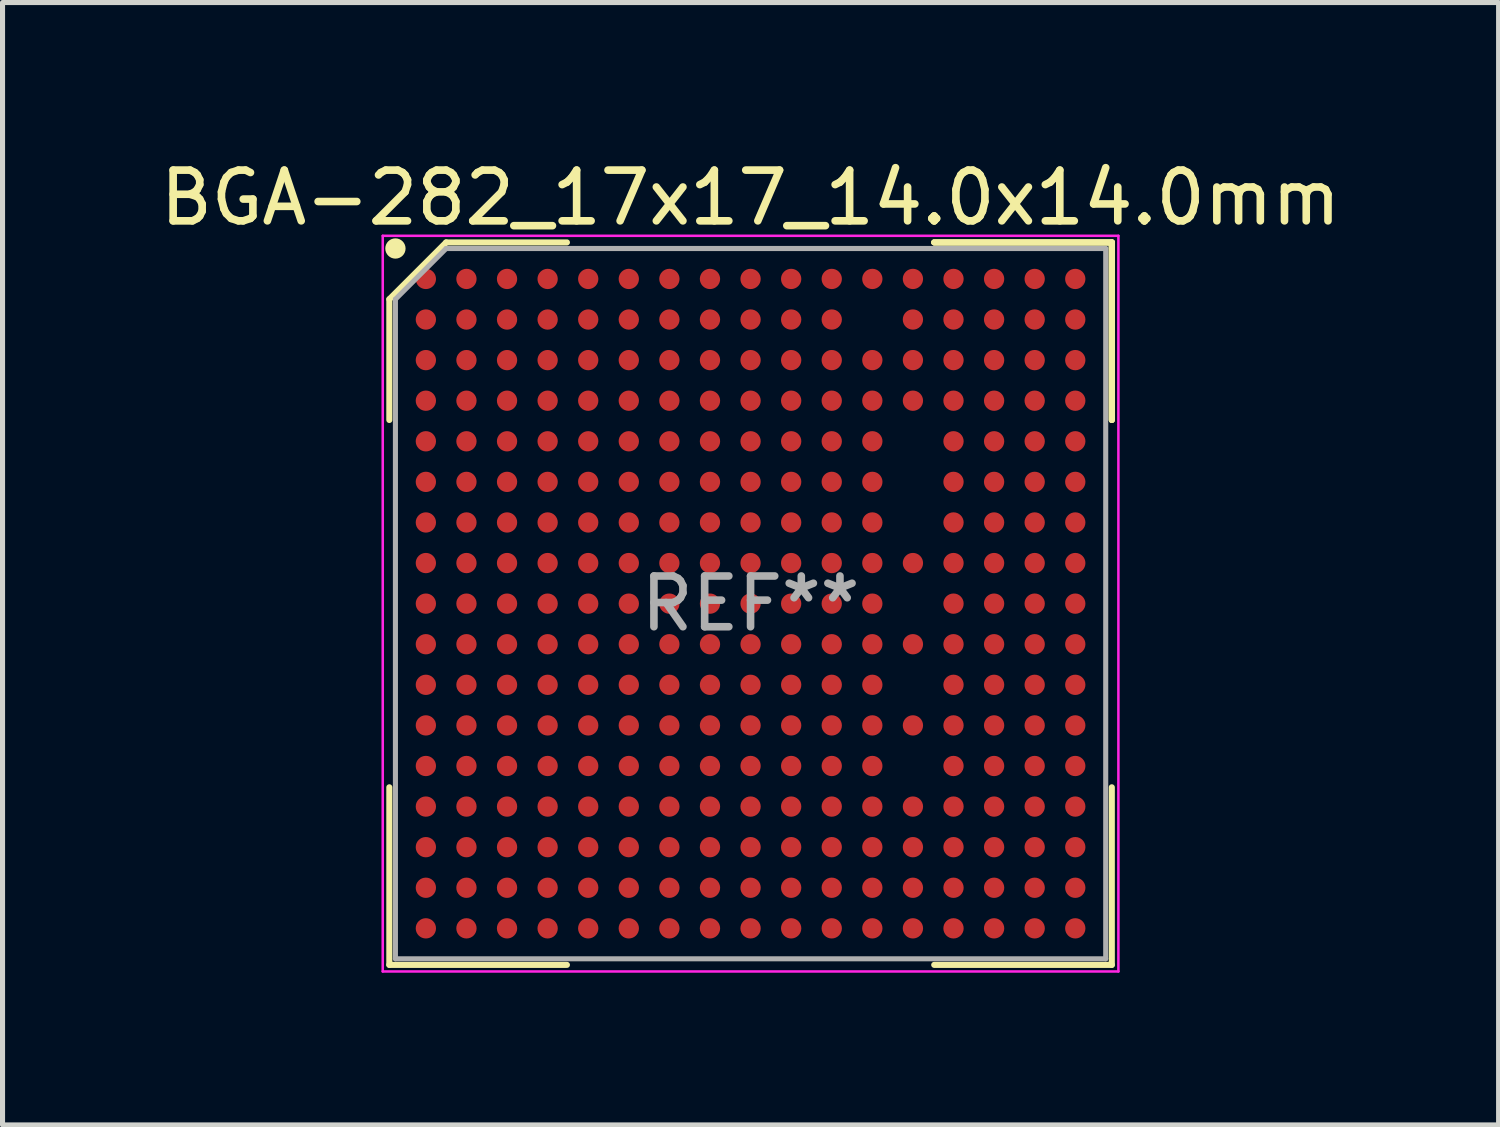
<source format=kicad_pcb>
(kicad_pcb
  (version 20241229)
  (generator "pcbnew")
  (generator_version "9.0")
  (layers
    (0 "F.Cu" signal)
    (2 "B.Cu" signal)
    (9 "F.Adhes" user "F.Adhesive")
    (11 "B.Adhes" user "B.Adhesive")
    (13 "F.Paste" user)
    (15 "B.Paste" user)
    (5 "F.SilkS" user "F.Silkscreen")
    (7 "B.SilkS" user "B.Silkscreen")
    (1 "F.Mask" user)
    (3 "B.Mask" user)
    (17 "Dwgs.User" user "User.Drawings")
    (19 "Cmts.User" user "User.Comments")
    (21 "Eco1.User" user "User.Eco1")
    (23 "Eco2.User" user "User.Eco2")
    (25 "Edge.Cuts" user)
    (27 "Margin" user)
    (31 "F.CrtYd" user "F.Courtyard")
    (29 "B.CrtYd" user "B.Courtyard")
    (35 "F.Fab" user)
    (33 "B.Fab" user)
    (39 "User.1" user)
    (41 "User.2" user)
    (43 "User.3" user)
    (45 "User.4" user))
  (footprint "BGA-282_17x17_14.0x14.0mm"
    (layer "F.Cu")
    (at 11.744 8.848)
    (property "Reference" "BGA-282_17x17_14.0x14.0mm" (at 0 -8 0) (layer "F.SilkS") (effects (font (size 1 1) (thickness 0.15))))
    (attr through_hole)
    (fp_line (start -7.12 -6) (end -7.12 -3.62) (stroke (width 0.12) (type solid)) (layer "F.SilkS"))
    (fp_line (start -7.12 7.12) (end -7.12 3.62) (stroke (width 0.12) (type solid)) (layer "F.SilkS"))
    (fp_line (start -6 -7.12) (end -7.12 -6) (stroke (width 0.12) (type solid)) (layer "F.SilkS"))
    (fp_line (start -3.62 -7.12) (end -6 -7.12) (stroke (width 0.12) (type solid)) (layer "F.SilkS"))
    (fp_line (start -3.62 7.12) (end -7.12 7.12) (stroke (width 0.12) (type solid)) (layer "F.SilkS"))
    (fp_line (start 3.62 -7.12) (end 7.12 -7.12) (stroke (width 0.12) (type solid)) (layer "F.SilkS"))
    (fp_line (start 3.62 -7.12) (end 7.12 -7.12) (stroke (width 0.12) (type solid)) (layer "F.SilkS"))
    (fp_line (start 3.62 -7.12) (end 7.12 -7.12) (stroke (width 0.12) (type solid)) (layer "F.SilkS"))
    (fp_line (start 3.62 7.12) (end 7.12 7.12) (stroke (width 0.12) (type solid)) (layer "F.SilkS"))
    (fp_line (start 7.12 -7.12) (end 7.12 -3.62) (stroke (width 0.12) (type solid)) (layer "F.SilkS"))
    (fp_line (start 7.12 -7.12) (end 7.12 -3.62) (stroke (width 0.12) (type solid)) (layer "F.SilkS"))
    (fp_line (start 7.12 -7.12) (end 7.12 -3.62) (stroke (width 0.12) (type solid)) (layer "F.SilkS"))
    (fp_line (start 7.12 7.12) (end 7.12 3.62) (stroke (width 0.12) (type solid)) (layer "F.SilkS"))
    (fp_circle (center -7 -7) (end -7 -6.9) (stroke (width 0.2) (type solid)) (fill no) (layer "F.SilkS"))
    (fp_line (start -7.25 -7.25) (end 7.25 -7.25) (stroke (width 0.05) (type solid)) (layer "F.CrtYd"))
    (fp_line (start -7.25 7.25) (end -7.25 -7.25) (stroke (width 0.05) (type solid)) (layer "F.CrtYd"))
    (fp_line (start 7.25 -7.25) (end 7.25 7.25) (stroke (width 0.05) (type solid)) (layer "F.CrtYd"))
    (fp_line (start 7.25 7.25) (end -7.25 7.25) (stroke (width 0.05) (type solid)) (layer "F.CrtYd"))
    (fp_line (start -7 -6) (end -7 7) (stroke (width 0.1) (type solid)) (layer "F.Fab"))
    (fp_line (start -7 7) (end 7 7) (stroke (width 0.1) (type solid)) (layer "F.Fab"))
    (fp_line (start -6 -7) (end -7 -6) (stroke (width 0.1) (type solid)) (layer "F.Fab"))
    (fp_line (start 7 -7) (end -6 -7) (stroke (width 0.1) (type solid)) (layer "F.Fab"))
    (fp_line (start 7 7) (end 7 -7) (stroke (width 0.1) (type solid)) (layer "F.Fab"))
    (fp_text user "REF**" (at 0 0 0) (unlocked yes) (layer "F.Fab") (effects (font (size 1 1) (thickness 0.15))))
    (pad "A1" smd circle (at -6.4 -6.4) (size 0.4 0.4) (layers "F.Cu" "F.Mask" "F.Paste"))
    (pad "A2" smd circle (at -5.6 -6.4) (size 0.4 0.4) (layers "F.Cu" "F.Mask" "F.Paste"))
    (pad "A3" smd circle (at -4.8 -6.4) (size 0.4 0.4) (layers "F.Cu" "F.Mask" "F.Paste"))
    (pad "A4" smd circle (at -4 -6.4) (size 0.4 0.4) (layers "F.Cu" "F.Mask" "F.Paste"))
    (pad "A5" smd circle (at -3.2 -6.4) (size 0.4 0.4) (layers "F.Cu" "F.Mask" "F.Paste"))
    (pad "A6" smd circle (at -2.4 -6.4) (size 0.4 0.4) (layers "F.Cu" "F.Mask" "F.Paste"))
    (pad "A7" smd circle (at -1.6 -6.4) (size 0.4 0.4) (layers "F.Cu" "F.Mask" "F.Paste"))
    (pad "A8" smd circle (at -0.8 -6.4) (size 0.4 0.4) (layers "F.Cu" "F.Mask" "F.Paste"))
    (pad "A9" smd circle (at 0 -6.4) (size 0.4 0.4) (layers "F.Cu" "F.Mask" "F.Paste"))
    (pad "A10" smd circle (at 0.8 -6.4) (size 0.4 0.4) (layers "F.Cu" "F.Mask" "F.Paste"))
    (pad "A11" smd circle (at 1.6 -6.4) (size 0.4 0.4) (layers "F.Cu" "F.Mask" "F.Paste"))
    (pad "A12" smd circle (at 2.4 -6.4) (size 0.4 0.4) (layers "F.Cu" "F.Mask" "F.Paste"))
    (pad "A13" smd circle (at 3.2 -6.4) (size 0.4 0.4) (layers "F.Cu" "F.Mask" "F.Paste"))
    (pad "A14" smd circle (at 4 -6.4) (size 0.4 0.4) (layers "F.Cu" "F.Mask" "F.Paste"))
    (pad "A15" smd circle (at 4.8 -6.4) (size 0.4 0.4) (layers "F.Cu" "F.Mask" "F.Paste"))
    (pad "A16" smd circle (at 5.6 -6.4) (size 0.4 0.4) (layers "F.Cu" "F.Mask" "F.Paste"))
    (pad "A17" smd circle (at 6.4 -6.4) (size 0.4 0.4) (layers "F.Cu" "F.Mask" "F.Paste"))
    (pad "B1" smd circle (at -6.4 -5.6) (size 0.4 0.4) (layers "F.Cu" "F.Mask" "F.Paste"))
    (pad "B2" smd circle (at -5.6 -5.6) (size 0.4 0.4) (layers "F.Cu" "F.Mask" "F.Paste"))
    (pad "B3" smd circle (at -4.8 -5.6) (size 0.4 0.4) (layers "F.Cu" "F.Mask" "F.Paste"))
    (pad "B4" smd circle (at -4 -5.6) (size 0.4 0.4) (layers "F.Cu" "F.Mask" "F.Paste"))
    (pad "B5" smd circle (at -3.2 -5.6) (size 0.4 0.4) (layers "F.Cu" "F.Mask" "F.Paste"))
    (pad "B6" smd circle (at -2.4 -5.6) (size 0.4 0.4) (layers "F.Cu" "F.Mask" "F.Paste"))
    (pad "B7" smd circle (at -1.6 -5.6) (size 0.4 0.4) (layers "F.Cu" "F.Mask" "F.Paste"))
    (pad "B8" smd circle (at -0.8 -5.6) (size 0.4 0.4) (layers "F.Cu" "F.Mask" "F.Paste"))
    (pad "B9" smd circle (at 0 -5.6) (size 0.4 0.4) (layers "F.Cu" "F.Mask" "F.Paste"))
    (pad "B10" smd circle (at 0.8 -5.6) (size 0.4 0.4) (layers "F.Cu" "F.Mask" "F.Paste"))
    (pad "B11" smd circle (at 1.6 -5.6) (size 0.4 0.4) (layers "F.Cu" "F.Mask" "F.Paste"))
    (pad "B13" smd circle (at 3.2 -5.6) (size 0.4 0.4) (layers "F.Cu" "F.Mask" "F.Paste"))
    (pad "B14" smd circle (at 4 -5.6) (size 0.4 0.4) (layers "F.Cu" "F.Mask" "F.Paste"))
    (pad "B15" smd circle (at 4.8 -5.6) (size 0.4 0.4) (layers "F.Cu" "F.Mask" "F.Paste"))
    (pad "B16" smd circle (at 5.6 -5.6) (size 0.4 0.4) (layers "F.Cu" "F.Mask" "F.Paste"))
    (pad "B17" smd circle (at 6.4 -5.6) (size 0.4 0.4) (layers "F.Cu" "F.Mask" "F.Paste"))
    (pad "C1" smd circle (at -6.4 -4.8) (size 0.4 0.4) (layers "F.Cu" "F.Mask" "F.Paste"))
    (pad "C2" smd circle (at -5.6 -4.8) (size 0.4 0.4) (layers "F.Cu" "F.Mask" "F.Paste"))
    (pad "C3" smd circle (at -4.8 -4.8) (size 0.4 0.4) (layers "F.Cu" "F.Mask" "F.Paste"))
    (pad "C4" smd circle (at -4 -4.8) (size 0.4 0.4) (layers "F.Cu" "F.Mask" "F.Paste"))
    (pad "C5" smd circle (at -3.2 -4.8) (size 0.4 0.4) (layers "F.Cu" "F.Mask" "F.Paste"))
    (pad "C6" smd circle (at -2.4 -4.8) (size 0.4 0.4) (layers "F.Cu" "F.Mask" "F.Paste"))
    (pad "C7" smd circle (at -1.6 -4.8) (size 0.4 0.4) (layers "F.Cu" "F.Mask" "F.Paste"))
    (pad "C8" smd circle (at -0.8 -4.8) (size 0.4 0.4) (layers "F.Cu" "F.Mask" "F.Paste"))
    (pad "C9" smd circle (at 0 -4.8) (size 0.4 0.4) (layers "F.Cu" "F.Mask" "F.Paste"))
    (pad "C10" smd circle (at 0.8 -4.8) (size 0.4 0.4) (layers "F.Cu" "F.Mask" "F.Paste"))
    (pad "C11" smd circle (at 1.6 -4.8) (size 0.4 0.4) (layers "F.Cu" "F.Mask" "F.Paste"))
    (pad "C12" smd circle (at 2.4 -4.8) (size 0.4 0.4) (layers "F.Cu" "F.Mask" "F.Paste"))
    (pad "C13" smd circle (at 3.2 -4.8) (size 0.4 0.4) (layers "F.Cu" "F.Mask" "F.Paste"))
    (pad "C14" smd circle (at 4 -4.8) (size 0.4 0.4) (layers "F.Cu" "F.Mask" "F.Paste"))
    (pad "C15" smd circle (at 4.8 -4.8) (size 0.4 0.4) (layers "F.Cu" "F.Mask" "F.Paste"))
    (pad "C16" smd circle (at 5.6 -4.8) (size 0.4 0.4) (layers "F.Cu" "F.Mask" "F.Paste"))
    (pad "C17" smd circle (at 6.4 -4.8) (size 0.4 0.4) (layers "F.Cu" "F.Mask" "F.Paste"))
    (pad "D1" smd circle (at -6.4 -4) (size 0.4 0.4) (layers "F.Cu" "F.Mask" "F.Paste"))
    (pad "D2" smd circle (at -5.6 -4) (size 0.4 0.4) (layers "F.Cu" "F.Mask" "F.Paste"))
    (pad "D3" smd circle (at -4.8 -4) (size 0.4 0.4) (layers "F.Cu" "F.Mask" "F.Paste"))
    (pad "D4" smd circle (at -4 -4) (size 0.4 0.4) (layers "F.Cu" "F.Mask" "F.Paste"))
    (pad "D5" smd circle (at -3.2 -4) (size 0.4 0.4) (layers "F.Cu" "F.Mask" "F.Paste"))
    (pad "D6" smd circle (at -2.4 -4) (size 0.4 0.4) (layers "F.Cu" "F.Mask" "F.Paste"))
    (pad "D7" smd circle (at -1.6 -4) (size 0.4 0.4) (layers "F.Cu" "F.Mask" "F.Paste"))
    (pad "D8" smd circle (at -0.8 -4) (size 0.4 0.4) (layers "F.Cu" "F.Mask" "F.Paste"))
    (pad "D9" smd circle (at 0 -4) (size 0.4 0.4) (layers "F.Cu" "F.Mask" "F.Paste"))
    (pad "D10" smd circle (at 0.8 -4) (size 0.4 0.4) (layers "F.Cu" "F.Mask" "F.Paste"))
    (pad "D11" smd circle (at 1.6 -4) (size 0.4 0.4) (layers "F.Cu" "F.Mask" "F.Paste"))
    (pad "D12" smd circle (at 2.4 -4) (size 0.4 0.4) (layers "F.Cu" "F.Mask" "F.Paste"))
    (pad "D13" smd circle (at 3.2 -4) (size 0.4 0.4) (layers "F.Cu" "F.Mask" "F.Paste"))
    (pad "D14" smd circle (at 4 -4) (size 0.4 0.4) (layers "F.Cu" "F.Mask" "F.Paste"))
    (pad "D15" smd circle (at 4.8 -4) (size 0.4 0.4) (layers "F.Cu" "F.Mask" "F.Paste"))
    (pad "D16" smd circle (at 5.6 -4) (size 0.4 0.4) (layers "F.Cu" "F.Mask" "F.Paste"))
    (pad "D17" smd circle (at 6.4 -4) (size 0.4 0.4) (layers "F.Cu" "F.Mask" "F.Paste"))
    (pad "E1" smd circle (at -6.4 -3.2) (size 0.4 0.4) (layers "F.Cu" "F.Mask" "F.Paste"))
    (pad "E2" smd circle (at -5.6 -3.2) (size 0.4 0.4) (layers "F.Cu" "F.Mask" "F.Paste"))
    (pad "E3" smd circle (at -4.8 -3.2) (size 0.4 0.4) (layers "F.Cu" "F.Mask" "F.Paste"))
    (pad "E4" smd circle (at -4 -3.2) (size 0.4 0.4) (layers "F.Cu" "F.Mask" "F.Paste"))
    (pad "E5" smd circle (at -3.2 -3.2) (size 0.4 0.4) (layers "F.Cu" "F.Mask" "F.Paste"))
    (pad "E6" smd circle (at -2.4 -3.2) (size 0.4 0.4) (layers "F.Cu" "F.Mask" "F.Paste"))
    (pad "E7" smd circle (at -1.6 -3.2) (size 0.4 0.4) (layers "F.Cu" "F.Mask" "F.Paste"))
    (pad "E8" smd circle (at -0.8 -3.2) (size 0.4 0.4) (layers "F.Cu" "F.Mask" "F.Paste"))
    (pad "E9" smd circle (at 0 -3.2) (size 0.4 0.4) (layers "F.Cu" "F.Mask" "F.Paste"))
    (pad "E10" smd circle (at 0.8 -3.2) (size 0.4 0.4) (layers "F.Cu" "F.Mask" "F.Paste"))
    (pad "E11" smd circle (at 1.6 -3.2) (size 0.4 0.4) (layers "F.Cu" "F.Mask" "F.Paste"))
    (pad "E12" smd circle (at 2.4 -3.2) (size 0.4 0.4) (layers "F.Cu" "F.Mask" "F.Paste"))
    (pad "E14" smd circle (at 4 -3.2) (size 0.4 0.4) (layers "F.Cu" "F.Mask" "F.Paste"))
    (pad "E15" smd circle (at 4.8 -3.2) (size 0.4 0.4) (layers "F.Cu" "F.Mask" "F.Paste"))
    (pad "E16" smd circle (at 5.6 -3.2) (size 0.4 0.4) (layers "F.Cu" "F.Mask" "F.Paste"))
    (pad "E17" smd circle (at 6.4 -3.2) (size 0.4 0.4) (layers "F.Cu" "F.Mask" "F.Paste"))
    (pad "F1" smd circle (at -6.4 -2.4) (size 0.4 0.4) (layers "F.Cu" "F.Mask" "F.Paste"))
    (pad "F2" smd circle (at -5.6 -2.4) (size 0.4 0.4) (layers "F.Cu" "F.Mask" "F.Paste"))
    (pad "F3" smd circle (at -4.8 -2.4) (size 0.4 0.4) (layers "F.Cu" "F.Mask" "F.Paste"))
    (pad "F4" smd circle (at -4 -2.4) (size 0.4 0.4) (layers "F.Cu" "F.Mask" "F.Paste"))
    (pad "F5" smd circle (at -3.2 -2.4) (size 0.4 0.4) (layers "F.Cu" "F.Mask" "F.Paste"))
    (pad "F6" smd circle (at -2.4 -2.4) (size 0.4 0.4) (layers "F.Cu" "F.Mask" "F.Paste"))
    (pad "F7" smd circle (at -1.6 -2.4) (size 0.4 0.4) (layers "F.Cu" "F.Mask" "F.Paste"))
    (pad "F8" smd circle (at -0.8 -2.4) (size 0.4 0.4) (layers "F.Cu" "F.Mask" "F.Paste"))
    (pad "F9" smd circle (at 0 -2.4) (size 0.4 0.4) (layers "F.Cu" "F.Mask" "F.Paste"))
    (pad "F10" smd circle (at 0.8 -2.4) (size 0.4 0.4) (layers "F.Cu" "F.Mask" "F.Paste"))
    (pad "F11" smd circle (at 1.6 -2.4) (size 0.4 0.4) (layers "F.Cu" "F.Mask" "F.Paste"))
    (pad "F12" smd circle (at 2.4 -2.4) (size 0.4 0.4) (layers "F.Cu" "F.Mask" "F.Paste"))
    (pad "F14" smd circle (at 4 -2.4) (size 0.4 0.4) (layers "F.Cu" "F.Mask" "F.Paste"))
    (pad "F15" smd circle (at 4.8 -2.4) (size 0.4 0.4) (layers "F.Cu" "F.Mask" "F.Paste"))
    (pad "F16" smd circle (at 5.6 -2.4) (size 0.4 0.4) (layers "F.Cu" "F.Mask" "F.Paste"))
    (pad "F17" smd circle (at 6.4 -2.4) (size 0.4 0.4) (layers "F.Cu" "F.Mask" "F.Paste"))
    (pad "G1" smd circle (at -6.4 -1.6) (size 0.4 0.4) (layers "F.Cu" "F.Mask" "F.Paste"))
    (pad "G2" smd circle (at -5.6 -1.6) (size 0.4 0.4) (layers "F.Cu" "F.Mask" "F.Paste"))
    (pad "G3" smd circle (at -4.8 -1.6) (size 0.4 0.4) (layers "F.Cu" "F.Mask" "F.Paste"))
    (pad "G4" smd circle (at -4 -1.6) (size 0.4 0.4) (layers "F.Cu" "F.Mask" "F.Paste"))
    (pad "G5" smd circle (at -3.2 -1.6) (size 0.4 0.4) (layers "F.Cu" "F.Mask" "F.Paste"))
    (pad "G6" smd circle (at -2.4 -1.6) (size 0.4 0.4) (layers "F.Cu" "F.Mask" "F.Paste"))
    (pad "G7" smd circle (at -1.6 -1.6) (size 0.4 0.4) (layers "F.Cu" "F.Mask" "F.Paste"))
    (pad "G8" smd circle (at -0.8 -1.6) (size 0.4 0.4) (layers "F.Cu" "F.Mask" "F.Paste"))
    (pad "G9" smd circle (at 0 -1.6) (size 0.4 0.4) (layers "F.Cu" "F.Mask" "F.Paste"))
    (pad "G10" smd circle (at 0.8 -1.6) (size 0.4 0.4) (layers "F.Cu" "F.Mask" "F.Paste"))
    (pad "G11" smd circle (at 1.6 -1.6) (size 0.4 0.4) (layers "F.Cu" "F.Mask" "F.Paste"))
    (pad "G12" smd circle (at 2.4 -1.6) (size 0.4 0.4) (layers "F.Cu" "F.Mask" "F.Paste"))
    (pad "G14" smd circle (at 4 -1.6) (size 0.4 0.4) (layers "F.Cu" "F.Mask" "F.Paste"))
    (pad "G15" smd circle (at 4.8 -1.6) (size 0.4 0.4) (layers "F.Cu" "F.Mask" "F.Paste"))
    (pad "G16" smd circle (at 5.6 -1.6) (size 0.4 0.4) (layers "F.Cu" "F.Mask" "F.Paste"))
    (pad "G17" smd circle (at 6.4 -1.6) (size 0.4 0.4) (layers "F.Cu" "F.Mask" "F.Paste"))
    (pad "H1" smd circle (at -6.4 -0.8) (size 0.4 0.4) (layers "F.Cu" "F.Mask" "F.Paste"))
    (pad "H2" smd circle (at -5.6 -0.8) (size 0.4 0.4) (layers "F.Cu" "F.Mask" "F.Paste"))
    (pad "H3" smd circle (at -4.8 -0.8) (size 0.4 0.4) (layers "F.Cu" "F.Mask" "F.Paste"))
    (pad "H4" smd circle (at -4 -0.8) (size 0.4 0.4) (layers "F.Cu" "F.Mask" "F.Paste"))
    (pad "H5" smd circle (at -3.2 -0.8) (size 0.4 0.4) (layers "F.Cu" "F.Mask" "F.Paste"))
    (pad "H6" smd circle (at -2.4 -0.8) (size 0.4 0.4) (layers "F.Cu" "F.Mask" "F.Paste"))
    (pad "H7" smd circle (at -1.6 -0.8) (size 0.4 0.4) (layers "F.Cu" "F.Mask" "F.Paste"))
    (pad "H8" smd circle (at -0.8 -0.8) (size 0.4 0.4) (layers "F.Cu" "F.Mask" "F.Paste"))
    (pad "H9" smd circle (at 0 -0.8) (size 0.4 0.4) (layers "F.Cu" "F.Mask" "F.Paste"))
    (pad "H10" smd circle (at 0.8 -0.8) (size 0.4 0.4) (layers "F.Cu" "F.Mask" "F.Paste"))
    (pad "H11" smd circle (at 1.6 -0.8) (size 0.4 0.4) (layers "F.Cu" "F.Mask" "F.Paste"))
    (pad "H12" smd circle (at 2.4 -0.8) (size 0.4 0.4) (layers "F.Cu" "F.Mask" "F.Paste"))
    (pad "H13" smd circle (at 3.2 -0.8) (size 0.4 0.4) (layers "F.Cu" "F.Mask" "F.Paste"))
    (pad "H14" smd circle (at 4 -0.8) (size 0.4 0.4) (layers "F.Cu" "F.Mask" "F.Paste"))
    (pad "H15" smd circle (at 4.8 -0.8) (size 0.4 0.4) (layers "F.Cu" "F.Mask" "F.Paste"))
    (pad "H16" smd circle (at 5.6 -0.8) (size 0.4 0.4) (layers "F.Cu" "F.Mask" "F.Paste"))
    (pad "H17" smd circle (at 6.4 -0.8) (size 0.4 0.4) (layers "F.Cu" "F.Mask" "F.Paste"))
    (pad "J1" smd circle (at -6.4 0) (size 0.4 0.4) (layers "F.Cu" "F.Mask" "F.Paste"))
    (pad "J2" smd circle (at -5.6 0) (size 0.4 0.4) (layers "F.Cu" "F.Mask" "F.Paste"))
    (pad "J3" smd circle (at -4.8 0) (size 0.4 0.4) (layers "F.Cu" "F.Mask" "F.Paste"))
    (pad "J4" smd circle (at -4 0) (size 0.4 0.4) (layers "F.Cu" "F.Mask" "F.Paste"))
    (pad "J5" smd circle (at -3.2 0) (size 0.4 0.4) (layers "F.Cu" "F.Mask" "F.Paste"))
    (pad "J6" smd circle (at -2.4 0) (size 0.4 0.4) (layers "F.Cu" "F.Mask" "F.Paste"))
    (pad "J7" smd circle (at -1.6 0) (size 0.4 0.4) (layers "F.Cu" "F.Mask" "F.Paste"))
    (pad "J8" smd circle (at -0.8 0) (size 0.4 0.4) (layers "F.Cu" "F.Mask" "F.Paste"))
    (pad "J9" smd circle (at 0 0) (size 0.4 0.4) (layers "F.Cu" "F.Mask" "F.Paste"))
    (pad "J10" smd circle (at 0.8 0) (size 0.4 0.4) (layers "F.Cu" "F.Mask" "F.Paste"))
    (pad "J11" smd circle (at 1.6 0) (size 0.4 0.4) (layers "F.Cu" "F.Mask" "F.Paste"))
    (pad "J12" smd circle (at 2.4 0) (size 0.4 0.4) (layers "F.Cu" "F.Mask" "F.Paste"))
    (pad "J14" smd circle (at 4 0) (size 0.4 0.4) (layers "F.Cu" "F.Mask" "F.Paste"))
    (pad "J15" smd circle (at 4.8 0) (size 0.4 0.4) (layers "F.Cu" "F.Mask" "F.Paste"))
    (pad "J16" smd circle (at 5.6 0) (size 0.4 0.4) (layers "F.Cu" "F.Mask" "F.Paste"))
    (pad "J17" smd circle (at 6.4 0) (size 0.4 0.4) (layers "F.Cu" "F.Mask" "F.Paste"))
    (pad "K1" smd circle (at -6.4 0.8) (size 0.4 0.4) (layers "F.Cu" "F.Mask" "F.Paste"))
    (pad "K2" smd circle (at -5.6 0.8) (size 0.4 0.4) (layers "F.Cu" "F.Mask" "F.Paste"))
    (pad "K3" smd circle (at -4.8 0.8) (size 0.4 0.4) (layers "F.Cu" "F.Mask" "F.Paste"))
    (pad "K4" smd circle (at -4 0.8) (size 0.4 0.4) (layers "F.Cu" "F.Mask" "F.Paste"))
    (pad "K5" smd circle (at -3.2 0.8) (size 0.4 0.4) (layers "F.Cu" "F.Mask" "F.Paste"))
    (pad "K6" smd circle (at -2.4 0.8) (size 0.4 0.4) (layers "F.Cu" "F.Mask" "F.Paste"))
    (pad "K7" smd circle (at -1.6 0.8) (size 0.4 0.4) (layers "F.Cu" "F.Mask" "F.Paste"))
    (pad "K8" smd circle (at -0.8 0.8) (size 0.4 0.4) (layers "F.Cu" "F.Mask" "F.Paste"))
    (pad "K9" smd circle (at 0 0.8) (size 0.4 0.4) (layers "F.Cu" "F.Mask" "F.Paste"))
    (pad "K10" smd circle (at 0.8 0.8) (size 0.4 0.4) (layers "F.Cu" "F.Mask" "F.Paste"))
    (pad "K11" smd circle (at 1.6 0.8) (size 0.4 0.4) (layers "F.Cu" "F.Mask" "F.Paste"))
    (pad "K12" smd circle (at 2.4 0.8) (size 0.4 0.4) (layers "F.Cu" "F.Mask" "F.Paste"))
    (pad "K13" smd circle (at 3.2 0.8) (size 0.4 0.4) (layers "F.Cu" "F.Mask" "F.Paste"))
    (pad "K14" smd circle (at 4 0.8) (size 0.4 0.4) (layers "F.Cu" "F.Mask" "F.Paste"))
    (pad "K15" smd circle (at 4.8 0.8) (size 0.4 0.4) (layers "F.Cu" "F.Mask" "F.Paste"))
    (pad "K16" smd circle (at 5.6 0.8) (size 0.4 0.4) (layers "F.Cu" "F.Mask" "F.Paste"))
    (pad "K17" smd circle (at 6.4 0.8) (size 0.4 0.4) (layers "F.Cu" "F.Mask" "F.Paste"))
    (pad "L1" smd circle (at -6.4 1.6) (size 0.4 0.4) (layers "F.Cu" "F.Mask" "F.Paste"))
    (pad "L2" smd circle (at -5.6 1.6) (size 0.4 0.4) (layers "F.Cu" "F.Mask" "F.Paste"))
    (pad "L3" smd circle (at -4.8 1.6) (size 0.4 0.4) (layers "F.Cu" "F.Mask" "F.Paste"))
    (pad "L4" smd circle (at -4 1.6) (size 0.4 0.4) (layers "F.Cu" "F.Mask" "F.Paste"))
    (pad "L5" smd circle (at -3.2 1.6) (size 0.4 0.4) (layers "F.Cu" "F.Mask" "F.Paste"))
    (pad "L6" smd circle (at -2.4 1.6) (size 0.4 0.4) (layers "F.Cu" "F.Mask" "F.Paste"))
    (pad "L7" smd circle (at -1.6 1.6) (size 0.4 0.4) (layers "F.Cu" "F.Mask" "F.Paste"))
    (pad "L8" smd circle (at -0.8 1.6) (size 0.4 0.4) (layers "F.Cu" "F.Mask" "F.Paste"))
    (pad "L9" smd circle (at 0 1.6) (size 0.4 0.4) (layers "F.Cu" "F.Mask" "F.Paste"))
    (pad "L10" smd circle (at 0.8 1.6) (size 0.4 0.4) (layers "F.Cu" "F.Mask" "F.Paste"))
    (pad "L11" smd circle (at 1.6 1.6) (size 0.4 0.4) (layers "F.Cu" "F.Mask" "F.Paste"))
    (pad "L12" smd circle (at 2.4 1.6) (size 0.4 0.4) (layers "F.Cu" "F.Mask" "F.Paste"))
    (pad "L14" smd circle (at 4 1.6) (size 0.4 0.4) (layers "F.Cu" "F.Mask" "F.Paste"))
    (pad "L15" smd circle (at 4.8 1.6) (size 0.4 0.4) (layers "F.Cu" "F.Mask" "F.Paste"))
    (pad "L16" smd circle (at 5.6 1.6) (size 0.4 0.4) (layers "F.Cu" "F.Mask" "F.Paste"))
    (pad "L17" smd circle (at 6.4 1.6) (size 0.4 0.4) (layers "F.Cu" "F.Mask" "F.Paste"))
    (pad "M1" smd circle (at -6.4 2.4) (size 0.4 0.4) (layers "F.Cu" "F.Mask" "F.Paste"))
    (pad "M2" smd circle (at -5.6 2.4) (size 0.4 0.4) (layers "F.Cu" "F.Mask" "F.Paste"))
    (pad "M3" smd circle (at -4.8 2.4) (size 0.4 0.4) (layers "F.Cu" "F.Mask" "F.Paste"))
    (pad "M4" smd circle (at -4 2.4) (size 0.4 0.4) (layers "F.Cu" "F.Mask" "F.Paste"))
    (pad "M5" smd circle (at -3.2 2.4) (size 0.4 0.4) (layers "F.Cu" "F.Mask" "F.Paste"))
    (pad "M6" smd circle (at -2.4 2.4) (size 0.4 0.4) (layers "F.Cu" "F.Mask" "F.Paste"))
    (pad "M7" smd circle (at -1.6 2.4) (size 0.4 0.4) (layers "F.Cu" "F.Mask" "F.Paste"))
    (pad "M8" smd circle (at -0.8 2.4) (size 0.4 0.4) (layers "F.Cu" "F.Mask" "F.Paste"))
    (pad "M9" smd circle (at 0 2.4) (size 0.4 0.4) (layers "F.Cu" "F.Mask" "F.Paste"))
    (pad "M10" smd circle (at 0.8 2.4) (size 0.4 0.4) (layers "F.Cu" "F.Mask" "F.Paste"))
    (pad "M11" smd circle (at 1.6 2.4) (size 0.4 0.4) (layers "F.Cu" "F.Mask" "F.Paste"))
    (pad "M12" smd circle (at 2.4 2.4) (size 0.4 0.4) (layers "F.Cu" "F.Mask" "F.Paste"))
    (pad "M13" smd circle (at 3.2 2.4) (size 0.4 0.4) (layers "F.Cu" "F.Mask" "F.Paste"))
    (pad "M14" smd circle (at 4 2.4) (size 0.4 0.4) (layers "F.Cu" "F.Mask" "F.Paste"))
    (pad "M15" smd circle (at 4.8 2.4) (size 0.4 0.4) (layers "F.Cu" "F.Mask" "F.Paste"))
    (pad "M16" smd circle (at 5.6 2.4) (size 0.4 0.4) (layers "F.Cu" "F.Mask" "F.Paste"))
    (pad "M17" smd circle (at 6.4 2.4) (size 0.4 0.4) (layers "F.Cu" "F.Mask" "F.Paste"))
    (pad "N1" smd circle (at -6.4 3.2) (size 0.4 0.4) (layers "F.Cu" "F.Mask" "F.Paste"))
    (pad "N2" smd circle (at -5.6 3.2) (size 0.4 0.4) (layers "F.Cu" "F.Mask" "F.Paste"))
    (pad "N3" smd circle (at -4.8 3.2) (size 0.4 0.4) (layers "F.Cu" "F.Mask" "F.Paste"))
    (pad "N4" smd circle (at -4 3.2) (size 0.4 0.4) (layers "F.Cu" "F.Mask" "F.Paste"))
    (pad "N5" smd circle (at -3.2 3.2) (size 0.4 0.4) (layers "F.Cu" "F.Mask" "F.Paste"))
    (pad "N6" smd circle (at -2.4 3.2) (size 0.4 0.4) (layers "F.Cu" "F.Mask" "F.Paste"))
    (pad "N7" smd circle (at -1.6 3.2) (size 0.4 0.4) (layers "F.Cu" "F.Mask" "F.Paste"))
    (pad "N8" smd circle (at -0.8 3.2) (size 0.4 0.4) (layers "F.Cu" "F.Mask" "F.Paste"))
    (pad "N9" smd circle (at 0 3.2) (size 0.4 0.4) (layers "F.Cu" "F.Mask" "F.Paste"))
    (pad "N10" smd circle (at 0.8 3.2) (size 0.4 0.4) (layers "F.Cu" "F.Mask" "F.Paste"))
    (pad "N11" smd circle (at 1.6 3.2) (size 0.4 0.4) (layers "F.Cu" "F.Mask" "F.Paste"))
    (pad "N12" smd circle (at 2.4 3.2) (size 0.4 0.4) (layers "F.Cu" "F.Mask" "F.Paste"))
    (pad "N14" smd circle (at 4 3.2) (size 0.4 0.4) (layers "F.Cu" "F.Mask" "F.Paste"))
    (pad "N15" smd circle (at 4.8 3.2) (size 0.4 0.4) (layers "F.Cu" "F.Mask" "F.Paste"))
    (pad "N16" smd circle (at 5.6 3.2) (size 0.4 0.4) (layers "F.Cu" "F.Mask" "F.Paste"))
    (pad "N17" smd circle (at 6.4 3.2) (size 0.4 0.4) (layers "F.Cu" "F.Mask" "F.Paste"))
    (pad "P1" smd circle (at -6.4 4) (size 0.4 0.4) (layers "F.Cu" "F.Mask" "F.Paste"))
    (pad "P2" smd circle (at -5.6 4) (size 0.4 0.4) (layers "F.Cu" "F.Mask" "F.Paste"))
    (pad "P3" smd circle (at -4.8 4) (size 0.4 0.4) (layers "F.Cu" "F.Mask" "F.Paste"))
    (pad "P4" smd circle (at -4 4) (size 0.4 0.4) (layers "F.Cu" "F.Mask" "F.Paste"))
    (pad "P5" smd circle (at -3.2 4) (size 0.4 0.4) (layers "F.Cu" "F.Mask" "F.Paste"))
    (pad "P6" smd circle (at -2.4 4) (size 0.4 0.4) (layers "F.Cu" "F.Mask" "F.Paste"))
    (pad "P7" smd circle (at -1.6 4) (size 0.4 0.4) (layers "F.Cu" "F.Mask" "F.Paste"))
    (pad "P8" smd circle (at -0.8 4) (size 0.4 0.4) (layers "F.Cu" "F.Mask" "F.Paste"))
    (pad "P9" smd circle (at 0 4) (size 0.4 0.4) (layers "F.Cu" "F.Mask" "F.Paste"))
    (pad "P10" smd circle (at 0.8 4) (size 0.4 0.4) (layers "F.Cu" "F.Mask" "F.Paste"))
    (pad "P11" smd circle (at 1.6 4) (size 0.4 0.4) (layers "F.Cu" "F.Mask" "F.Paste"))
    (pad "P12" smd circle (at 2.4 4) (size 0.4 0.4) (layers "F.Cu" "F.Mask" "F.Paste"))
    (pad "P13" smd circle (at 3.2 4) (size 0.4 0.4) (layers "F.Cu" "F.Mask" "F.Paste"))
    (pad "P14" smd circle (at 4 4) (size 0.4 0.4) (layers "F.Cu" "F.Mask" "F.Paste"))
    (pad "P15" smd circle (at 4.8 4) (size 0.4 0.4) (layers "F.Cu" "F.Mask" "F.Paste"))
    (pad "P16" smd circle (at 5.6 4) (size 0.4 0.4) (layers "F.Cu" "F.Mask" "F.Paste"))
    (pad "P17" smd circle (at 6.4 4) (size 0.4 0.4) (layers "F.Cu" "F.Mask" "F.Paste"))
    (pad "R1" smd circle (at -6.4 4.8) (size 0.4 0.4) (layers "F.Cu" "F.Mask" "F.Paste"))
    (pad "R2" smd circle (at -5.6 4.8) (size 0.4 0.4) (layers "F.Cu" "F.Mask" "F.Paste"))
    (pad "R3" smd circle (at -4.8 4.8) (size 0.4 0.4) (layers "F.Cu" "F.Mask" "F.Paste"))
    (pad "R4" smd circle (at -4 4.8) (size 0.4 0.4) (layers "F.Cu" "F.Mask" "F.Paste"))
    (pad "R5" smd circle (at -3.2 4.8) (size 0.4 0.4) (layers "F.Cu" "F.Mask" "F.Paste"))
    (pad "R6" smd circle (at -2.4 4.8) (size 0.4 0.4) (layers "F.Cu" "F.Mask" "F.Paste"))
    (pad "R7" smd circle (at -1.6 4.8) (size 0.4 0.4) (layers "F.Cu" "F.Mask" "F.Paste"))
    (pad "R8" smd circle (at -0.8 4.8) (size 0.4 0.4) (layers "F.Cu" "F.Mask" "F.Paste"))
    (pad "R9" smd circle (at 0 4.8) (size 0.4 0.4) (layers "F.Cu" "F.Mask" "F.Paste"))
    (pad "R10" smd circle (at 0.8 4.8) (size 0.4 0.4) (layers "F.Cu" "F.Mask" "F.Paste"))
    (pad "R11" smd circle (at 1.6 4.8) (size 0.4 0.4) (layers "F.Cu" "F.Mask" "F.Paste"))
    (pad "R12" smd circle (at 2.4 4.8) (size 0.4 0.4) (layers "F.Cu" "F.Mask" "F.Paste"))
    (pad "R13" smd circle (at 3.2 4.8) (size 0.4 0.4) (layers "F.Cu" "F.Mask" "F.Paste"))
    (pad "R14" smd circle (at 4 4.8) (size 0.4 0.4) (layers "F.Cu" "F.Mask" "F.Paste"))
    (pad "R15" smd circle (at 4.8 4.8) (size 0.4 0.4) (layers "F.Cu" "F.Mask" "F.Paste"))
    (pad "R16" smd circle (at 5.6 4.8) (size 0.4 0.4) (layers "F.Cu" "F.Mask" "F.Paste"))
    (pad "R17" smd circle (at 6.4 4.8) (size 0.4 0.4) (layers "F.Cu" "F.Mask" "F.Paste"))
    (pad "T1" smd circle (at -6.4 5.6) (size 0.4 0.4) (layers "F.Cu" "F.Mask" "F.Paste"))
    (pad "T2" smd circle (at -5.6 5.6) (size 0.4 0.4) (layers "F.Cu" "F.Mask" "F.Paste"))
    (pad "T3" smd circle (at -4.8 5.6) (size 0.4 0.4) (layers "F.Cu" "F.Mask" "F.Paste"))
    (pad "T4" smd circle (at -4 5.6) (size 0.4 0.4) (layers "F.Cu" "F.Mask" "F.Paste"))
    (pad "T5" smd circle (at -3.2 5.6) (size 0.4 0.4) (layers "F.Cu" "F.Mask" "F.Paste"))
    (pad "T6" smd circle (at -2.4 5.6) (size 0.4 0.4) (layers "F.Cu" "F.Mask" "F.Paste"))
    (pad "T7" smd circle (at -1.6 5.6) (size 0.4 0.4) (layers "F.Cu" "F.Mask" "F.Paste"))
    (pad "T8" smd circle (at -0.8 5.6) (size 0.4 0.4) (layers "F.Cu" "F.Mask" "F.Paste"))
    (pad "T9" smd circle (at 0 5.6) (size 0.4 0.4) (layers "F.Cu" "F.Mask" "F.Paste"))
    (pad "T10" smd circle (at 0.8 5.6) (size 0.4 0.4) (layers "F.Cu" "F.Mask" "F.Paste"))
    (pad "T11" smd circle (at 1.6 5.6) (size 0.4 0.4) (layers "F.Cu" "F.Mask" "F.Paste"))
    (pad "T12" smd circle (at 2.4 5.6) (size 0.4 0.4) (layers "F.Cu" "F.Mask" "F.Paste"))
    (pad "T13" smd circle (at 3.2 5.6) (size 0.4 0.4) (layers "F.Cu" "F.Mask" "F.Paste"))
    (pad "T14" smd circle (at 4 5.6) (size 0.4 0.4) (layers "F.Cu" "F.Mask" "F.Paste"))
    (pad "T15" smd circle (at 4.8 5.6) (size 0.4 0.4) (layers "F.Cu" "F.Mask" "F.Paste"))
    (pad "T16" smd circle (at 5.6 5.6) (size 0.4 0.4) (layers "F.Cu" "F.Mask" "F.Paste"))
    (pad "T17" smd circle (at 6.4 5.6) (size 0.4 0.4) (layers "F.Cu" "F.Mask" "F.Paste"))
    (pad "U1" smd circle (at -6.4 6.4) (size 0.4 0.4) (layers "F.Cu" "F.Mask" "F.Paste"))
    (pad "U2" smd circle (at -5.6 6.4) (size 0.4 0.4) (layers "F.Cu" "F.Mask" "F.Paste"))
    (pad "U3" smd circle (at -4.8 6.4) (size 0.4 0.4) (layers "F.Cu" "F.Mask" "F.Paste"))
    (pad "U4" smd circle (at -4 6.4) (size 0.4 0.4) (layers "F.Cu" "F.Mask" "F.Paste"))
    (pad "U5" smd circle (at -3.2 6.4) (size 0.4 0.4) (layers "F.Cu" "F.Mask" "F.Paste"))
    (pad "U6" smd circle (at -2.4 6.4) (size 0.4 0.4) (layers "F.Cu" "F.Mask" "F.Paste"))
    (pad "U7" smd circle (at -1.6 6.4) (size 0.4 0.4) (layers "F.Cu" "F.Mask" "F.Paste"))
    (pad "U8" smd circle (at -0.8 6.4) (size 0.4 0.4) (layers "F.Cu" "F.Mask" "F.Paste"))
    (pad "U9" smd circle (at 0 6.4) (size 0.4 0.4) (layers "F.Cu" "F.Mask" "F.Paste"))
    (pad "U10" smd circle (at 0.8 6.4) (size 0.4 0.4) (layers "F.Cu" "F.Mask" "F.Paste"))
    (pad "U11" smd circle (at 1.6 6.4) (size 0.4 0.4) (layers "F.Cu" "F.Mask" "F.Paste"))
    (pad "U12" smd circle (at 2.4 6.4) (size 0.4 0.4) (layers "F.Cu" "F.Mask" "F.Paste"))
    (pad "U13" smd circle (at 3.2 6.4) (size 0.4 0.4) (layers "F.Cu" "F.Mask" "F.Paste"))
    (pad "U14" smd circle (at 4 6.4) (size 0.4 0.4) (layers "F.Cu" "F.Mask" "F.Paste"))
    (pad "U15" smd circle (at 4.8 6.4) (size 0.4 0.4) (layers "F.Cu" "F.Mask" "F.Paste"))
    (pad "U16" smd circle (at 5.6 6.4) (size 0.4 0.4) (layers "F.Cu" "F.Mask" "F.Paste"))
    (pad "U17" smd circle (at 6.4 6.4) (size 0.4 0.4) (layers "F.Cu" "F.Mask" "F.Paste")))
  (gr_rect
    (start -3 -3)
    (end 26.488 19.123)
    (stroke (width 0.1) (type default))
    (fill no)
    (layer "Edge.Cuts")))
</source>
